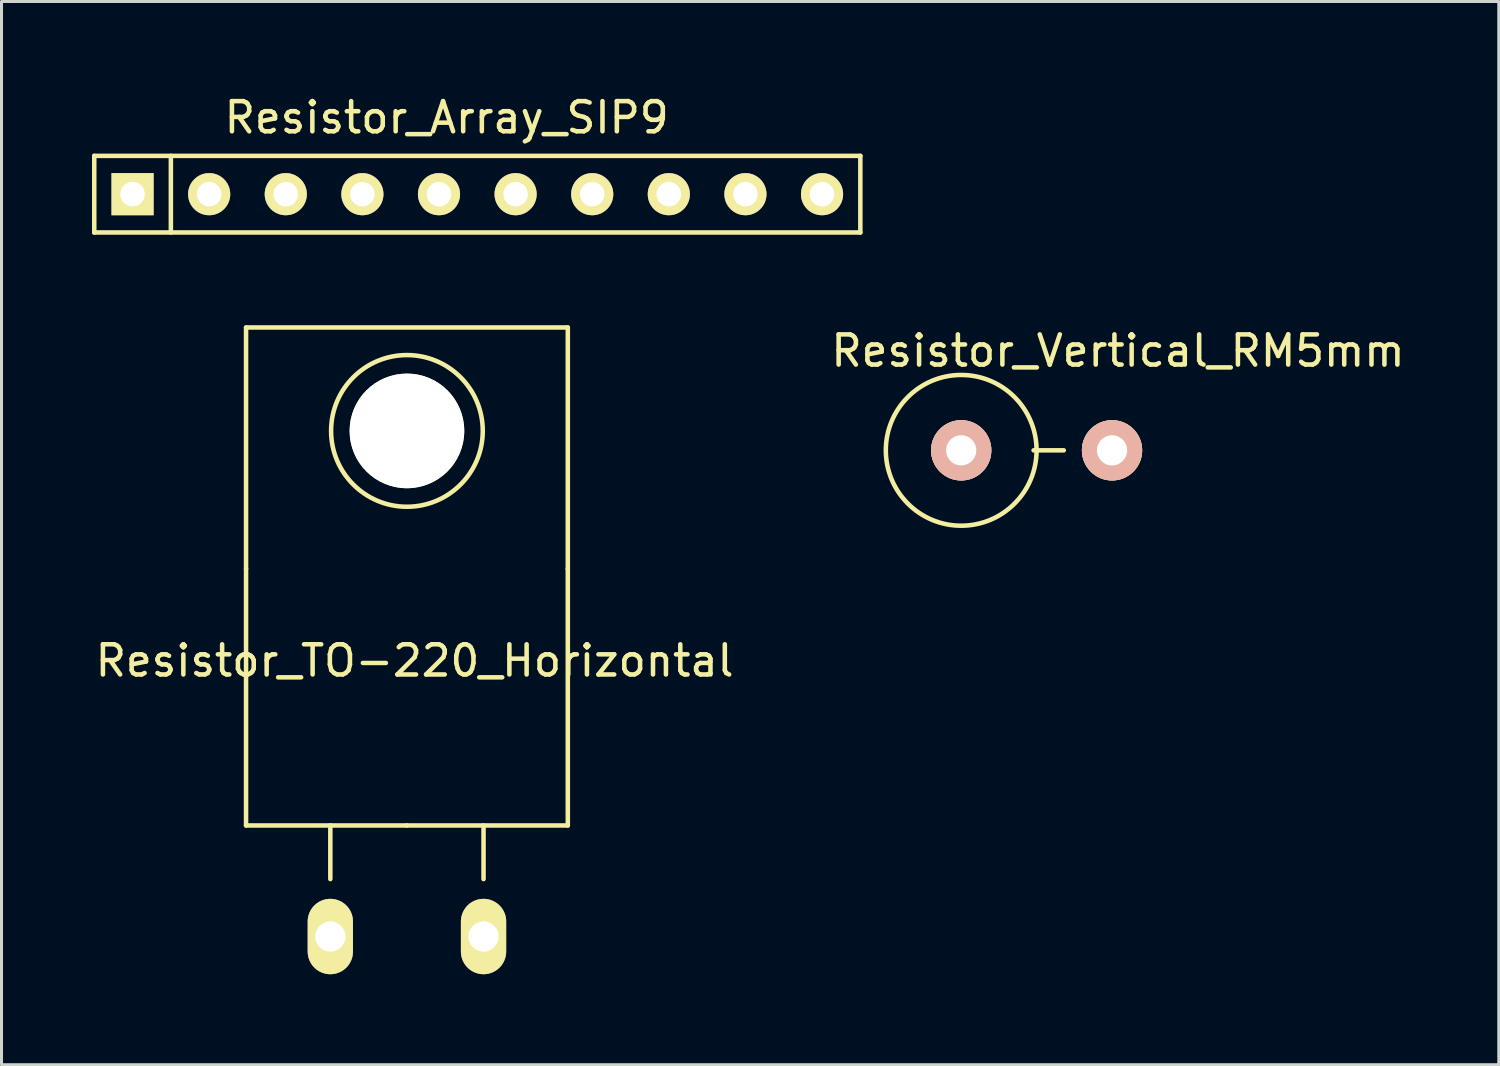
<source format=kicad_pcb>
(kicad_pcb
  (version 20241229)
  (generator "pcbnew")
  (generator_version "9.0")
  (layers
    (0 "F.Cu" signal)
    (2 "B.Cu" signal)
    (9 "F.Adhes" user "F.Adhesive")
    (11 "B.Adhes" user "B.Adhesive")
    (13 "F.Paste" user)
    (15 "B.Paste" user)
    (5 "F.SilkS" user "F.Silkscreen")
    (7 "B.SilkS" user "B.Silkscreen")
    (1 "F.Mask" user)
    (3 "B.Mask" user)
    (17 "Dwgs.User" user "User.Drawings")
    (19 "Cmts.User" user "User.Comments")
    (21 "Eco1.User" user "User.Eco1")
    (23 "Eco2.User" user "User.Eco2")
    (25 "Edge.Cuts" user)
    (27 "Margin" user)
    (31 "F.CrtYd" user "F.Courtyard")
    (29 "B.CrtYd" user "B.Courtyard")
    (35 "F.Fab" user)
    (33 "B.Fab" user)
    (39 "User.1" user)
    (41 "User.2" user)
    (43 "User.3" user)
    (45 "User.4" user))
  (footprint "Resistor_Vertical_RM5mm"
    (layer "F.Cu")
    (at 31.318 11.881)
    (property "Reference" "Resistor_Vertical_RM5mm" (at 2.7 -3.299 0) (layer "F.SilkS") (effects (font (size 1 1) (thickness 0.15))))
    (attr through_hole)
    (fp_line (start -0.099 0) (end 0.902 0) (stroke (width 0.15) (type solid)) (layer "F.SilkS"))
    (fp_circle (center -2.499 0) (end 0 0) (stroke (width 0.15) (type solid)) (fill no) (layer "F.SilkS"))
    (pad "1" thru_hole circle (at -2.499 0) (size 1.999 1.999) (drill 1.001) (layers "*.Cu" "*.SilkS" "*.Mask"))
    (pad "2" thru_hole circle (at 2.502 0) (size 1.999 1.999) (drill 1.001) (layers "*.Cu" "*.SilkS" "*.Mask")))
  (footprint "Resistor_Array_SIP9"
    (layer "F.Cu")
    (at 12.775 3.388)
    (property "Reference" "Resistor_Array_SIP9" (at -1.016 -2.54 0) (layer "F.SilkS") (effects (font (size 1 1) (thickness 0.15))))
    (attr through_hole)
    (fp_line (start -12.7 -1.27) (end 12.7 -1.27) (stroke (width 0.15) (type solid)) (layer "F.SilkS"))
    (fp_line (start -12.7 1.27) (end -12.7 -1.27) (stroke (width 0.15) (type solid)) (layer "F.SilkS"))
    (fp_line (start -10.16 1.27) (end -10.16 -1.27) (stroke (width 0.15) (type solid)) (layer "F.SilkS"))
    (fp_line (start 12.7 -1.27) (end 12.7 1.27) (stroke (width 0.15) (type solid)) (layer "F.SilkS"))
    (fp_line (start 12.7 1.27) (end -12.7 1.27) (stroke (width 0.15) (type solid)) (layer "F.SilkS"))
    (pad "1" thru_hole rect (at -11.43 0) (size 1.397 1.397) (drill 0.813) (layers "*.Cu" "*.Mask" "F.SilkS"))
    (pad "2" thru_hole circle (at -8.89 0) (size 1.397 1.397) (drill 0.813) (layers "*.Cu" "*.Mask" "F.SilkS"))
    (pad "3" thru_hole circle (at -6.35 0) (size 1.397 1.397) (drill 0.813) (layers "*.Cu" "*.Mask" "F.SilkS"))
    (pad "4" thru_hole circle (at -3.81 0) (size 1.397 1.397) (drill 0.813) (layers "*.Cu" "*.Mask" "F.SilkS"))
    (pad "5" thru_hole circle (at -1.27 0) (size 1.397 1.397) (drill 0.813) (layers "*.Cu" "*.Mask" "F.SilkS"))
    (pad "6" thru_hole circle (at 1.27 0) (size 1.397 1.397) (drill 0.813) (layers "*.Cu" "*.Mask" "F.SilkS"))
    (pad "7" thru_hole circle (at 3.81 0) (size 1.397 1.397) (drill 0.813) (layers "*.Cu" "*.Mask" "F.SilkS"))
    (pad "8" thru_hole circle (at 6.35 0) (size 1.397 1.397) (drill 0.813) (layers "*.Cu" "*.Mask" "F.SilkS"))
    (pad "9" thru_hole circle (at 8.89 0) (size 1.397 1.397) (drill 0.813) (layers "*.Cu" "*.Mask" "F.SilkS"))
    (pad "10" thru_hole circle (at 11.43 0) (size 1.397 1.397) (drill 0.813) (layers "*.Cu" "*.Mask" "F.SilkS")))
  (footprint "Resistor_TO-220_Horizontal"
    (layer "F.Cu")
    (at 10.442 28.001)
    (property "Reference" "Resistor_TO-220_Horizontal" (at 0.254 -9.144 0) (layer "F.SilkS") (effects (font (size 1 1) (thickness 0.15))))
    (attr through_hole)
    (fp_line (start -5.334 -20.193) (end -5.334 -12.192) (stroke (width 0.15) (type solid)) (layer "F.SilkS"))
    (fp_line (start -5.334 -12.192) (end -5.334 -3.683) (stroke (width 0.15) (type solid)) (layer "F.SilkS"))
    (fp_line (start -2.54 -3.683) (end -2.54 -1.905) (stroke (width 0.15) (type solid)) (layer "F.SilkS"))
    (fp_line (start 0 -3.683) (end -5.334 -3.683) (stroke (width 0.15) (type solid)) (layer "F.SilkS"))
    (fp_line (start 0 -3.683) (end 5.334 -3.683) (stroke (width 0.15) (type solid)) (layer "F.SilkS"))
    (fp_line (start 2.54 -3.683) (end 2.54 -1.905) (stroke (width 0.15) (type solid)) (layer "F.SilkS"))
    (fp_line (start 5.334 -20.193) (end -5.334 -20.193) (stroke (width 0.15) (type solid)) (layer "F.SilkS"))
    (fp_line (start 5.334 -12.192) (end 5.334 -20.193) (stroke (width 0.15) (type solid)) (layer "F.SilkS"))
    (fp_line (start 5.334 -3.683) (end 5.334 -12.192) (stroke (width 0.15) (type solid)) (layer "F.SilkS"))
    (fp_circle (center 0 -16.764) (end 1.778 -14.986) (stroke (width 0.15) (type solid)) (fill no) (layer "F.SilkS"))
    (pad "" np_thru_hole circle (at 0 -16.764 90) (size 3.8 3.8) (drill 3.8) (layers "*.Cu" "*.Mask" "F.SilkS"))
    (pad "1" thru_hole oval (at -2.54 0 90) (size 2.499 1.501) (drill 1.001) (layers "*.Cu" "*.Mask" "F.SilkS"))
    (pad "2" thru_hole oval (at 2.54 0 90) (size 2.499 1.501) (drill 1.001) (layers "*.Cu" "*.Mask" "F.SilkS")))
  (gr_rect
    (start -3 -3)
    (end 46.643 32.251)
    (stroke (width 0.1) (type default))
    (fill no)
    (layer "Edge.Cuts")))
</source>
